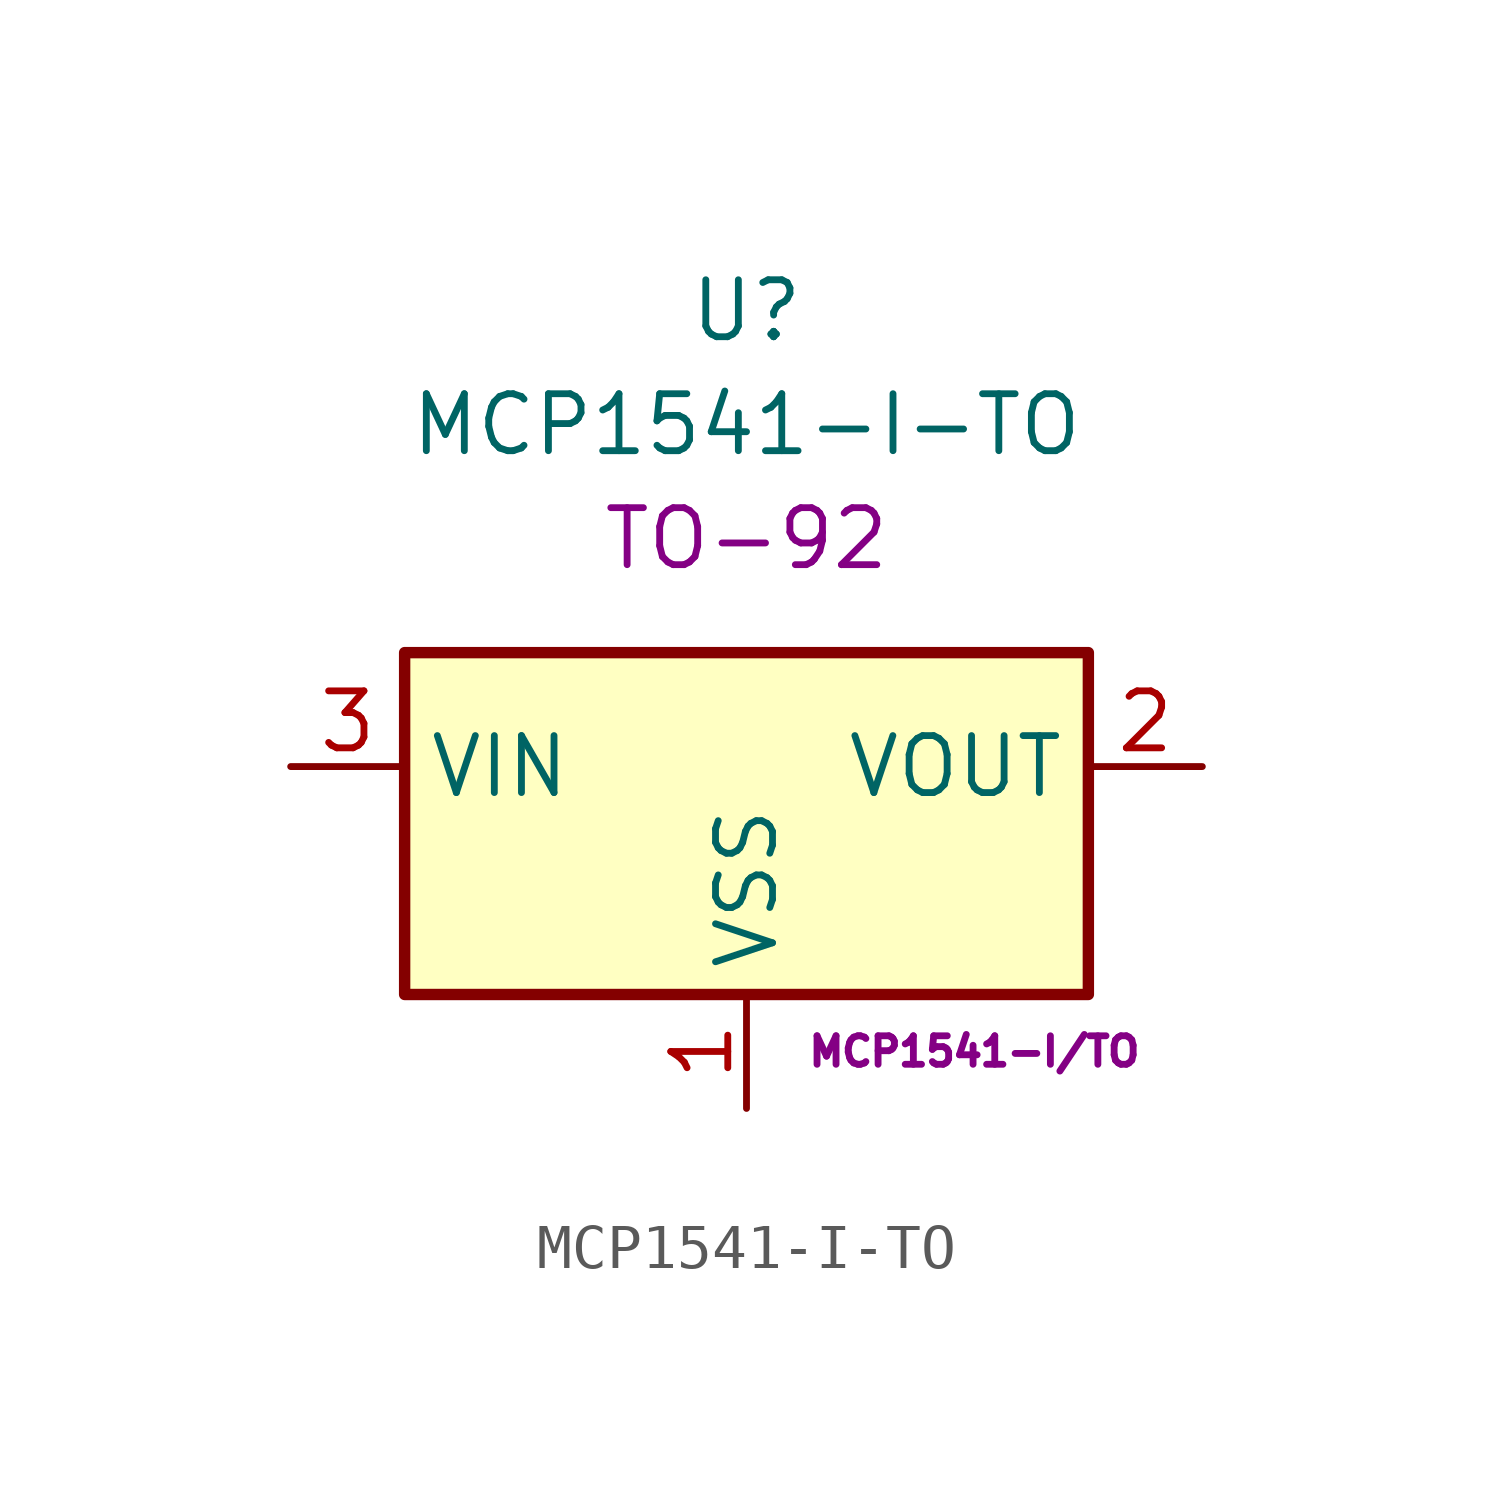
<source format=kicad_sym>
(kicad_symbol_lib
  (version 20201005)
  (generator kicad_symbol_editor)
  (symbol "MCP1541-I-TO"
    (property "Reference" "U"
      (at 0 10.16 0)
      (effects (font (size 1.27 1.27))))
    (property "Value" "MCP1541-I-TO"
      (at 0 7.62 0)
      (effects (font (size 1.27 1.27))))
    (property "Package" "TO-92"
      (at 0 5.08 0)
      (effects (font (size 1.27 1.27))))
    (property "MPN" "MCP1541-I/TO"
      (at 5.08 -6.35 0)
      (effects (font (size 0.635 0.635))))
    (symbol "MCP1541-I-TO_0_1"
      (rectangle (start -7.62 2.54) (end 7.62 -5.08) (stroke (width 0.254)) (fill (type background))))
    (symbol "MCP1541-I-TO_1_1"
      (pin power_in line (at 0 -7.62 90) (length 2.54) (name "VSS" (effects (font (size 1.27 1.27)))) (number "1" (effects (font (size 1.27 1.27)))))
      (pin power_out line (at 10.16 0 180) (length 2.54) (name "VOUT" (effects (font (size 1.27 1.27)))) (number "2" (effects (font (size 1.27 1.27)))))
      (pin power_in line (at -10.16 0 0) (length 2.54) (name "VIN" (effects (font (size 1.27 1.27)))) (number "3" (effects (font (size 1.27 1.27))))))))
</source>
